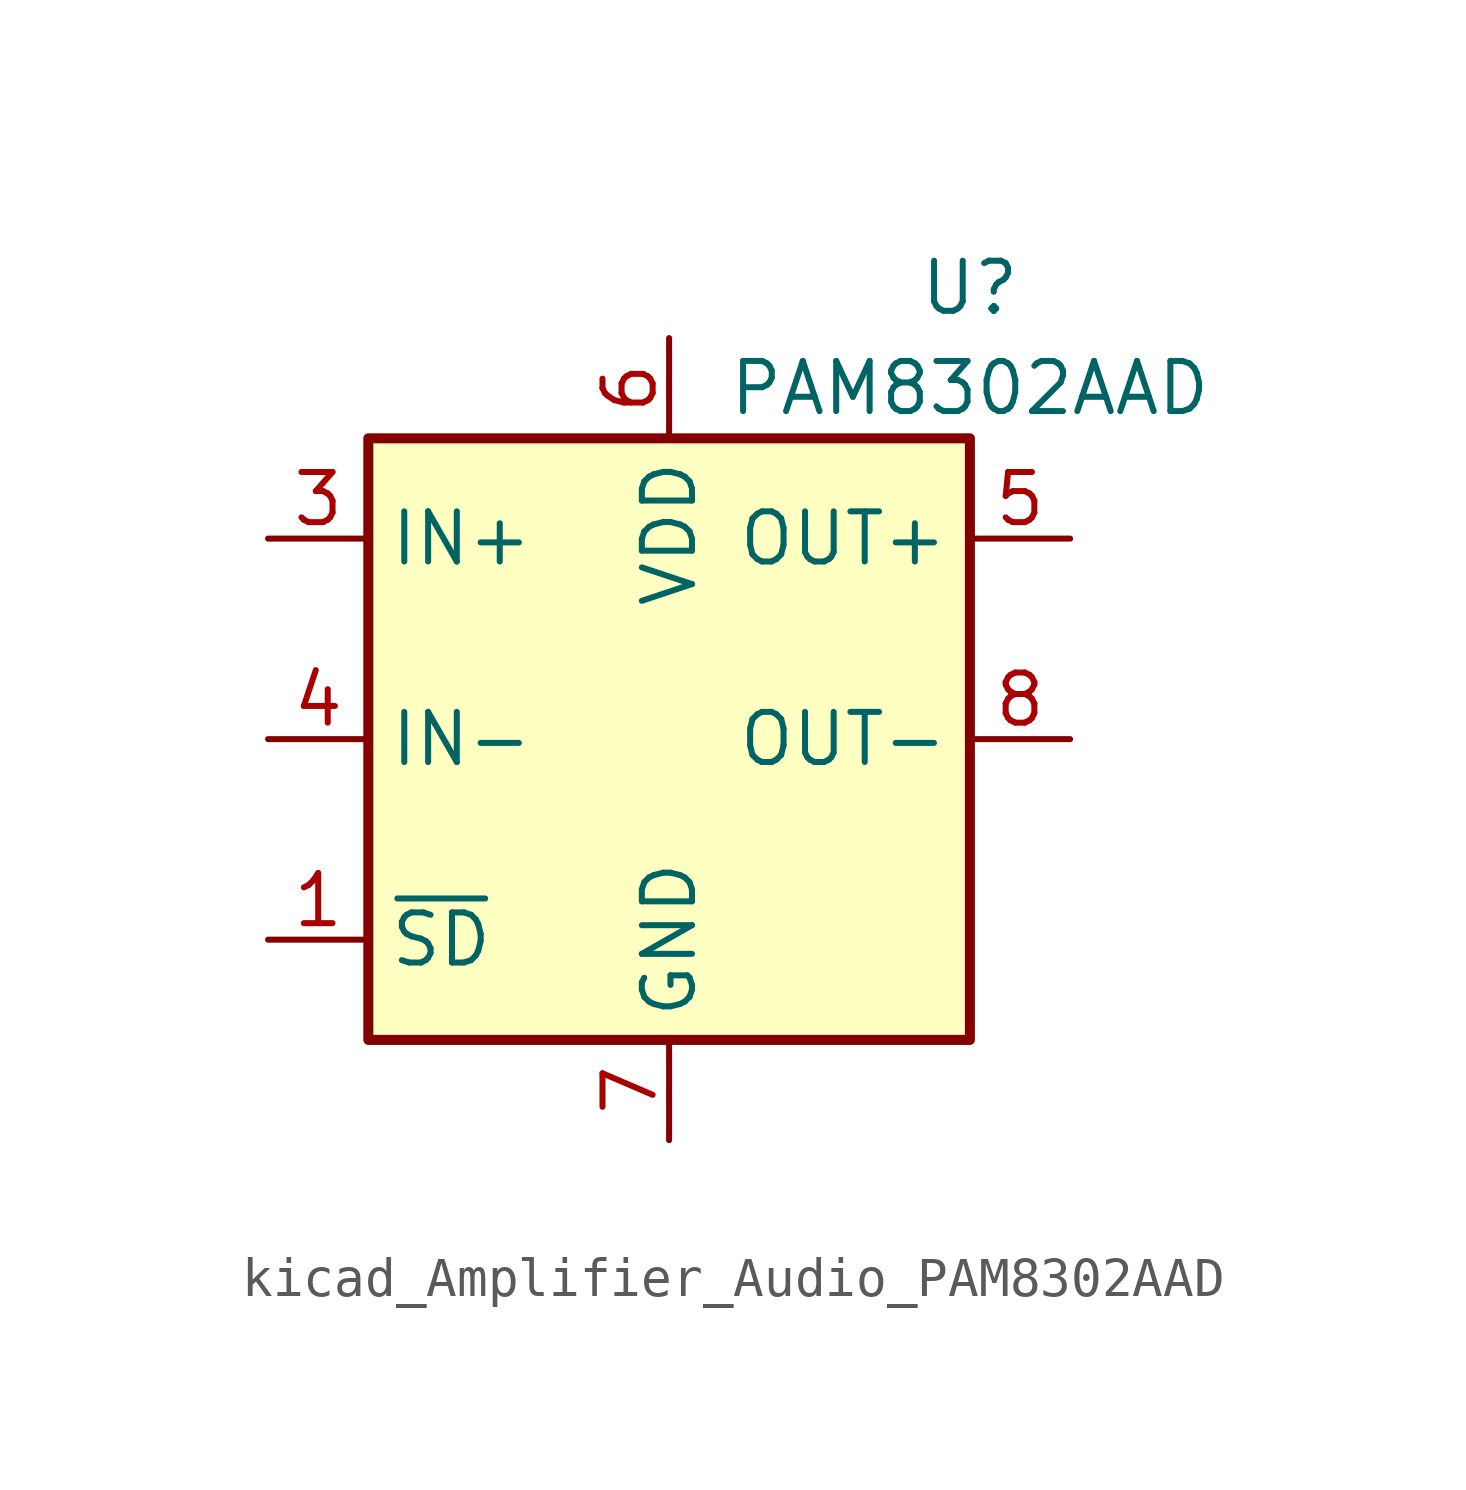
<source format=kicad_sym>
(kicad_symbol_lib
  (version 20220914)
  (generator kicad_symbol_editor)
  (symbol "kicad_Amplifier_Audio_PAM8302AAD"
    (property "Reference" "U"
      (at 7.62 11.43 0)
      (effects (font (size 1.27 1.27))))
    (property "Value" "PAM8302AAD"
      (at 7.62 8.89 0)
      (effects (font (size 1.27 1.27))))
    (symbol "kicad_Amplifier_Audio_PAM8302AAD_0_1"
      (rectangle (start -7.62 7.62) (end 7.62 -7.62) (stroke (width 0.254) (type default)) (fill (type background))))
    (symbol "kicad_Amplifier_Audio_PAM8302AAD_1_1"
      (pin input line (at -10.16 -5.08 0) (length 2.54) (name "~{SD}" (effects (font (size 1.27 1.27)))) (number "1" (effects (font (size 1.27 1.27)))))
      (pin no_connect line (at 7.62 -5.08 180) (length 2.54) hide (name "NC" (effects (font (size 1.27 1.27)))) (number "2" (effects (font (size 1.27 1.27)))))
      (pin input line (at -10.16 5.08 0) (length 2.54) (name "IN+" (effects (font (size 1.27 1.27)))) (number "3" (effects (font (size 1.27 1.27)))))
      (pin input line (at -10.16 0 0) (length 2.54) (name "IN-" (effects (font (size 1.27 1.27)))) (number "4" (effects (font (size 1.27 1.27)))))
      (pin output line (at 10.16 5.08 180) (length 2.54) (name "OUT+" (effects (font (size 1.27 1.27)))) (number "5" (effects (font (size 1.27 1.27)))))
      (pin power_in line (at 0 10.16 270) (length 2.54) (name "VDD" (effects (font (size 1.27 1.27)))) (number "6" (effects (font (size 1.27 1.27)))))
      (pin power_in line (at 0 -10.16 90) (length 2.54) (name "GND" (effects (font (size 1.27 1.27)))) (number "7" (effects (font (size 1.27 1.27)))))
      (pin output line (at 10.16 0 180) (length 2.54) (name "OUT-" (effects (font (size 1.27 1.27)))) (number "8" (effects (font (size 1.27 1.27))))))))
</source>
